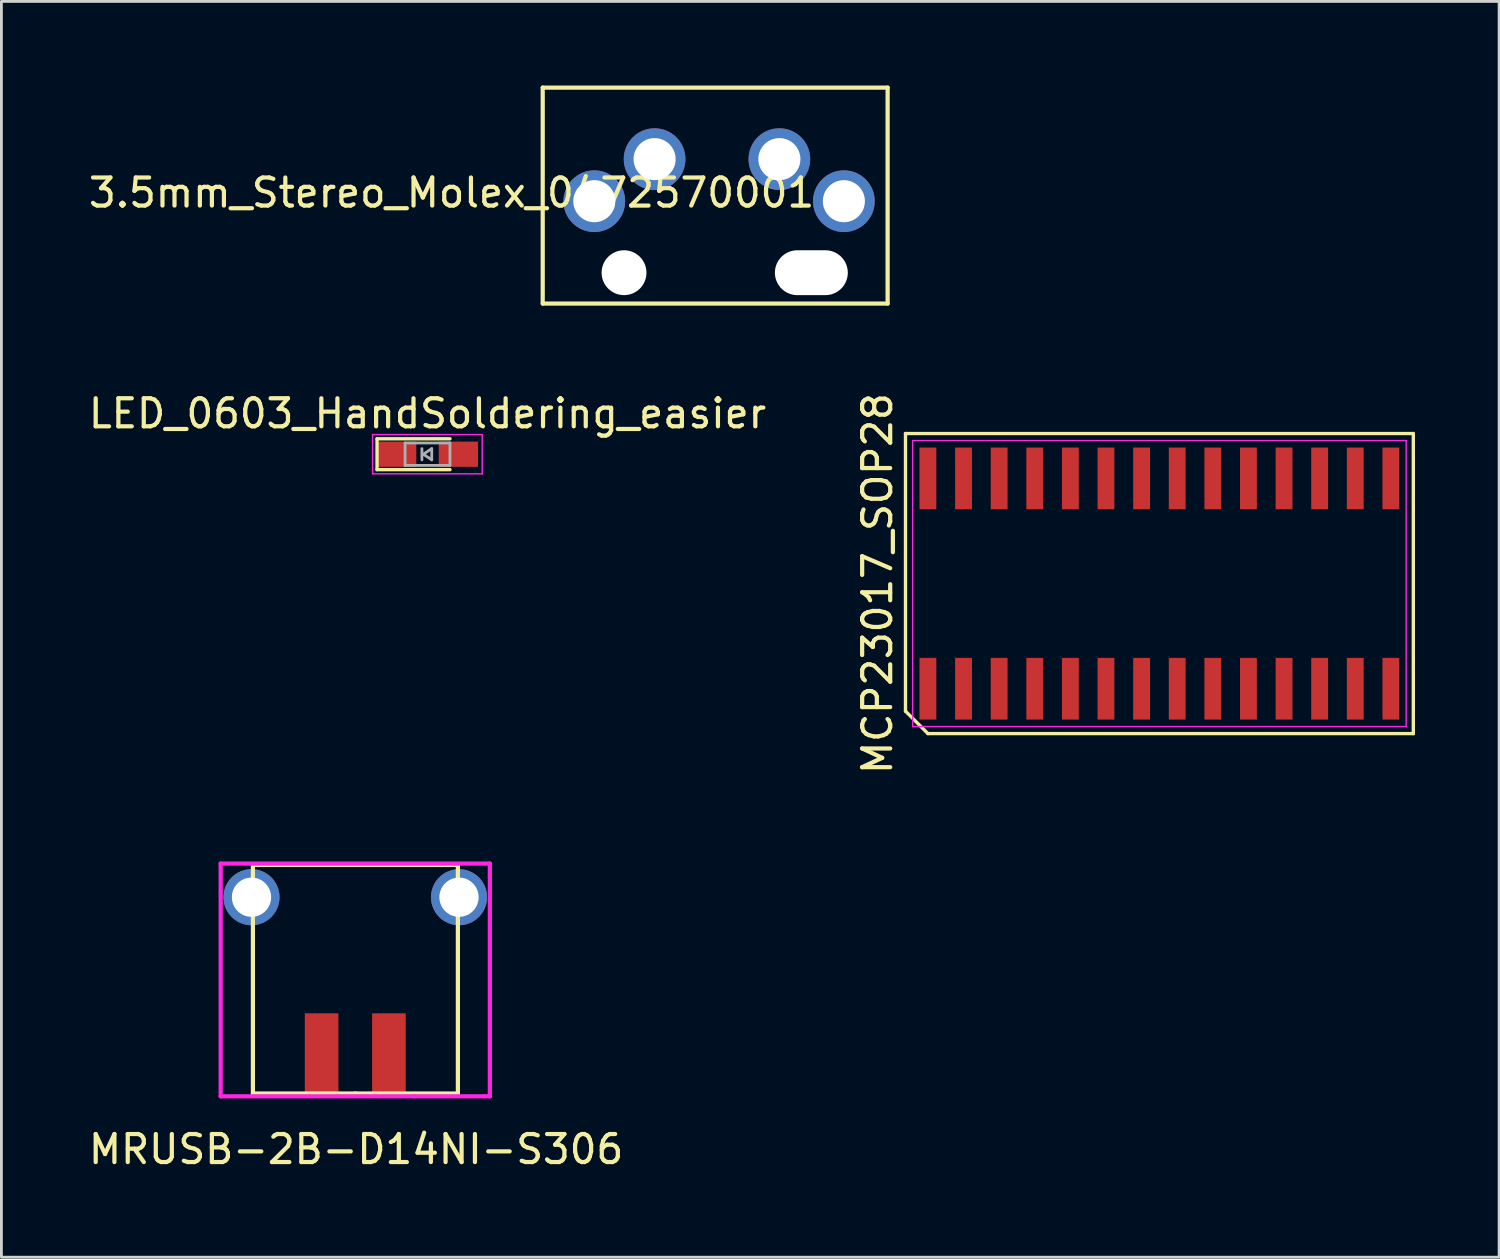
<source format=kicad_pcb>
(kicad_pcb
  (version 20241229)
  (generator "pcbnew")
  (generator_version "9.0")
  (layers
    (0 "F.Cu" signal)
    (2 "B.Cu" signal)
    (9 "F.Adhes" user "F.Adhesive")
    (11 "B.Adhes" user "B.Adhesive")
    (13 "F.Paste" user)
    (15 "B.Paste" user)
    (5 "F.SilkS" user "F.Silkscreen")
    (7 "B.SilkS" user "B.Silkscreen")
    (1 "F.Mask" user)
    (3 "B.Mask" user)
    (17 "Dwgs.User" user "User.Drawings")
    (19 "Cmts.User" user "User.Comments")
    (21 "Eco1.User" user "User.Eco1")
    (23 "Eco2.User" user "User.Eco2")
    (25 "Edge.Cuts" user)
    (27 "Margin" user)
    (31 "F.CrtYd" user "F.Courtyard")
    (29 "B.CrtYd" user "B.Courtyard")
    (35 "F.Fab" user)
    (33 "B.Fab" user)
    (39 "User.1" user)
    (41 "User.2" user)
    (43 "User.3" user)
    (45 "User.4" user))
  (footprint "MCP23017_SOP28"
    (layer "F.Cu")
    (at 38.296 17.761)
    (property "Reference" "MCP23017_SOP28" (at -10.055 0 90) (layer "F.SilkS") (effects (font (size 1 1) (thickness 0.15))))
    (attr smd)
    (fp_line (start -9.055 -5.35) (end 9.055 -5.35) (stroke (width 0.12) (type solid)) (layer "F.SilkS"))
    (fp_line (start -9.055 4.55) (end -9.055 -5.35) (stroke (width 0.12) (type solid)) (layer "F.SilkS"))
    (fp_line (start -8.255 5.35) (end -9.055 4.55) (stroke (width 0.12) (type solid)) (layer "F.SilkS"))
    (fp_line (start 9.055 -5.35) (end 9.055 5.35) (stroke (width 0.12) (type solid)) (layer "F.SilkS"))
    (fp_line (start 9.055 5.35) (end -8.255 5.35) (stroke (width 0.12) (type solid)) (layer "F.SilkS"))
    (fp_line (start -8.8 -5.1) (end 8.8 -5.1) (stroke (width 0.05) (type solid)) (layer "F.CrtYd"))
    (fp_line (start -8.8 5.1) (end -8.8 -5.1) (stroke (width 0.05) (type solid)) (layer "F.CrtYd"))
    (fp_line (start 8.8 -5.1) (end 8.8 5.1) (stroke (width 0.05) (type solid)) (layer "F.CrtYd"))
    (fp_line (start 8.8 5.1) (end -8.8 5.1) (stroke (width 0.05) (type solid)) (layer "F.CrtYd"))
    (pad "1" smd rect (at -8.255 3.75) (size 0.6 2.2) (layers "F.Cu" "F.Mask" "F.Paste"))
    (pad "2" smd rect (at -6.985 3.75) (size 0.6 2.2) (layers "F.Cu" "F.Mask" "F.Paste"))
    (pad "3" smd rect (at -5.715 3.75) (size 0.6 2.2) (layers "F.Cu" "F.Mask" "F.Paste"))
    (pad "4" smd rect (at -4.445 3.75) (size 0.6 2.2) (layers "F.Cu" "F.Mask" "F.Paste"))
    (pad "5" smd rect (at -3.175 3.75) (size 0.6 2.2) (layers "F.Cu" "F.Mask" "F.Paste"))
    (pad "6" smd rect (at -1.905 3.75) (size 0.6 2.2) (layers "F.Cu" "F.Mask" "F.Paste"))
    (pad "7" smd rect (at -0.635 3.75) (size 0.6 2.2) (layers "F.Cu" "F.Mask" "F.Paste"))
    (pad "8" smd rect (at 0.635 3.75) (size 0.6 2.2) (layers "F.Cu" "F.Mask" "F.Paste"))
    (pad "9" smd rect (at 1.905 3.75) (size 0.6 2.2) (layers "F.Cu" "F.Mask" "F.Paste"))
    (pad "10" smd rect (at 3.175 3.75) (size 0.6 2.2) (layers "F.Cu" "F.Mask" "F.Paste"))
    (pad "11" smd rect (at 4.445 3.75) (size 0.6 2.2) (layers "F.Cu" "F.Mask" "F.Paste"))
    (pad "12" smd rect (at 5.715 3.75) (size 0.6 2.2) (layers "F.Cu" "F.Mask" "F.Paste"))
    (pad "13" smd rect (at 6.985 3.75) (size 0.6 2.2) (layers "F.Cu" "F.Mask" "F.Paste"))
    (pad "14" smd rect (at 8.255 3.75) (size 0.6 2.2) (layers "F.Cu" "F.Mask" "F.Paste"))
    (pad "15" smd rect (at 8.255 -3.75) (size 0.6 2.2) (layers "F.Cu" "F.Mask" "F.Paste"))
    (pad "16" smd rect (at 6.985 -3.75) (size 0.6 2.2) (layers "F.Cu" "F.Mask" "F.Paste"))
    (pad "17" smd rect (at 5.715 -3.75) (size 0.6 2.2) (layers "F.Cu" "F.Mask" "F.Paste"))
    (pad "18" smd rect (at 4.445 -3.75) (size 0.6 2.2) (layers "F.Cu" "F.Mask" "F.Paste"))
    (pad "19" smd rect (at 3.175 -3.75) (size 0.6 2.2) (layers "F.Cu" "F.Mask" "F.Paste"))
    (pad "20" smd rect (at 1.905 -3.75) (size 0.6 2.2) (layers "F.Cu" "F.Mask" "F.Paste"))
    (pad "21" smd rect (at 0.635 -3.75) (size 0.6 2.2) (layers "F.Cu" "F.Mask" "F.Paste"))
    (pad "22" smd rect (at -0.635 -3.75) (size 0.6 2.2) (layers "F.Cu" "F.Mask" "F.Paste"))
    (pad "23" smd rect (at -1.905 -3.75) (size 0.6 2.2) (layers "F.Cu" "F.Mask" "F.Paste"))
    (pad "24" smd rect (at -3.175 -3.75) (size 0.6 2.2) (layers "F.Cu" "F.Mask" "F.Paste"))
    (pad "25" smd rect (at -4.445 -3.75) (size 0.6 2.2) (layers "F.Cu" "F.Mask" "F.Paste"))
    (pad "26" smd rect (at -5.715 -3.75) (size 0.6 2.2) (layers "F.Cu" "F.Mask" "F.Paste"))
    (pad "27" smd rect (at -6.985 -3.75) (size 0.6 2.2) (layers "F.Cu" "F.Mask" "F.Paste"))
    (pad "28" smd rect (at -8.255 -3.75) (size 0.6 2.2) (layers "F.Cu" "F.Mask" "F.Paste")))
  (footprint "MRUSB-2B-D14NI-S306"
    (layer "F.Cu")
    (at 9.619 35.946)
    (property "Reference" "MRUSB-2B-D14NI-S306" (at 0.03 1.99 0) (layer "F.SilkS") (effects (font (size 1 1) (thickness 0.15))))
    (attr smd)
    (fp_line (start -3.65 -8.15) (end 3.66 -8.15) (stroke (width 0.15) (type solid)) (layer "F.SilkS"))
    (fp_line (start -3.65 0) (end -3.65 -8.15) (stroke (width 0.15) (type solid)) (layer "F.SilkS"))
    (fp_line (start 0 0) (end -3.65 0) (stroke (width 0.15) (type solid)) (layer "F.SilkS"))
    (fp_line (start 0 0) (end 3.65 0) (stroke (width 0.15) (type solid)) (layer "F.SilkS"))
    (fp_line (start 3.66 -8.15) (end 3.66 0) (stroke (width 0.15) (type solid)) (layer "F.SilkS"))
    (fp_line (start -4.8 -8.2) (end -4.8 0.1) (stroke (width 0.15) (type solid)) (layer "F.CrtYd"))
    (fp_line (start -4.8 0.1) (end 2.1 0.1) (stroke (width 0.15) (type solid)) (layer "F.CrtYd"))
    (fp_line (start 2.1 0.1) (end 4.6 0.1) (stroke (width 0.15) (type solid)) (layer "F.CrtYd"))
    (fp_line (start 4.8 -8.2) (end -4.8 -8.2) (stroke (width 0.15) (type solid)) (layer "F.CrtYd"))
    (fp_line (start 4.8 -6.9) (end 4.8 -8.2) (stroke (width 0.15) (type solid)) (layer "F.CrtYd"))
    (fp_line (start 4.8 -6.9) (end 4.8 0.1) (stroke (width 0.15) (type solid)) (layer "F.CrtYd"))
    (fp_line (start 4.8 0.1) (end 4.6 0.1) (stroke (width 0.15) (type solid)) (layer "F.CrtYd"))
    (pad "1" smd rect (at 1.2 -1.43) (size 1.2 2.86) (layers "F.Cu" "F.Mask" "F.Paste"))
    (pad "2" thru_hole circle (at -3.7 -7) (size 2 2) (drill 1.4) (layers "*.Cu" "*.Mask"))
    (pad "2" smd rect (at -1.2 -1.43) (size 1.2 2.86) (layers "F.Cu" "F.Mask" "F.Paste"))
    (pad "2" thru_hole circle (at 3.7 -7) (size 2 2) (drill 1.4) (layers "*.Cu" "*.Mask")))
  (footprint "3.5mm_Stereo_Molex_0472570001"
    (layer "F.Cu")
    (at 19.204 6.675)
    (property "Reference" "3.5mm_Stereo_Molex_0472570001" (at -6.15 -2.85 0) (layer "F.SilkS") (effects (font (size 1 1) (thickness 0.15))))
    (attr through_hole)
    (fp_line (start -2.9 -6.6) (end 9.4 -6.6) (stroke (width 0.15) (type solid)) (layer "F.SilkS"))
    (fp_line (start -2.9 1.1) (end -2.9 -6.6) (stroke (width 0.15) (type solid)) (layer "F.SilkS"))
    (fp_line (start 9.4 -6.6) (end 9.4 1.1) (stroke (width 0.15) (type solid)) (layer "F.SilkS"))
    (fp_line (start 9.4 1.1) (end -2.9 1.1) (stroke (width 0.15) (type solid)) (layer "F.SilkS"))
    (pad "" np_thru_hole circle (at 0 0) (size 1.6 1.6) (drill 1.6) (layers "*.Cu" "*.Mask"))
    (pad "" np_thru_hole oval (at 6.68 0) (size 2.6 1.6) (drill oval 2.6 1.6) (layers "*.Cu" "*.Mask"))
    (pad "R" thru_hole circle (at 7.84 -2.55) (size 2.2 2.2) (drill 1.5) (layers "*.Cu" "*.Mask"))
    (pad "RN" thru_hole circle (at 5.54 -4.05) (size 2.2 2.2) (drill 1.5) (layers "*.Cu" "*.Mask"))
    (pad "S" thru_hole circle (at -1.06 -2.55) (size 2.2 2.2) (drill 1.5) (layers "*.Cu" "*.Mask"))
    (pad "T" thru_hole circle (at 1.09 -4.05) (size 2.2 2.2) (drill 1.5) (layers "*.Cu" "*.Mask")))
  (footprint "LED_0603_HandSoldering_easier"
    (layer "F.Cu")
    (at 12.196 13.148)
    (property "Reference" "LED_0603_HandSoldering_easier" (at 0 -1.45 0) (layer "F.SilkS") (effects (font (size 1 1) (thickness 0.15))))
    (attr smd)
    (fp_line (start -1.8 -0.55) (end -1.8 0.55) (stroke (width 0.12) (type solid)) (layer "F.SilkS"))
    (fp_line (start -1.8 -0.55) (end 0.8 -0.55) (stroke (width 0.12) (type solid)) (layer "F.SilkS"))
    (fp_line (start -1.8 0.55) (end 0.8 0.55) (stroke (width 0.12) (type solid)) (layer "F.SilkS"))
    (fp_line (start -1.96 -0.7) (end -1.96 0.7) (stroke (width 0.05) (type solid)) (layer "F.CrtYd"))
    (fp_line (start -1.96 -0.7) (end 1.95 -0.7) (stroke (width 0.05) (type solid)) (layer "F.CrtYd"))
    (fp_line (start 1.95 0.7) (end -1.96 0.7) (stroke (width 0.05) (type solid)) (layer "F.CrtYd"))
    (fp_line (start 1.95 0.7) (end 1.95 -0.7) (stroke (width 0.05) (type solid)) (layer "F.CrtYd"))
    (fp_line (start -0.8 -0.4) (end -0.8 0.4) (stroke (width 0.1) (type solid)) (layer "F.Fab"))
    (fp_line (start -0.8 -0.4) (end 0.8 -0.4) (stroke (width 0.1) (type solid)) (layer "F.Fab"))
    (fp_line (start -0.2 -0.2) (end -0.2 0.2) (stroke (width 0.1) (type solid)) (layer "F.Fab"))
    (fp_line (start -0.15 0) (end 0.15 -0.2) (stroke (width 0.1) (type solid)) (layer "F.Fab"))
    (fp_line (start 0.15 -0.2) (end 0.15 0.2) (stroke (width 0.1) (type solid)) (layer "F.Fab"))
    (fp_line (start 0.15 0.2) (end -0.15 0) (stroke (width 0.1) (type solid)) (layer "F.Fab"))
    (fp_line (start 0.8 -0.4) (end 0.8 0.4) (stroke (width 0.1) (type solid)) (layer "F.Fab"))
    (fp_line (start 0.8 0.4) (end -0.8 0.4) (stroke (width 0.1) (type solid)) (layer "F.Fab"))
    (pad "1" smd rect (at -1.1 0) (size 1.4 0.9) (layers "F.Cu" "F.Mask" "F.Paste"))
    (pad "2" smd rect (at 1.1 0) (size 1.4 0.9) (layers "F.Cu" "F.Mask" "F.Paste")))
  (gr_rect
    (start -3 -3)
    (end 50.411 41.785)
    (stroke (width 0.1) (type default))
    (fill no)
    (layer "Edge.Cuts")))
</source>
